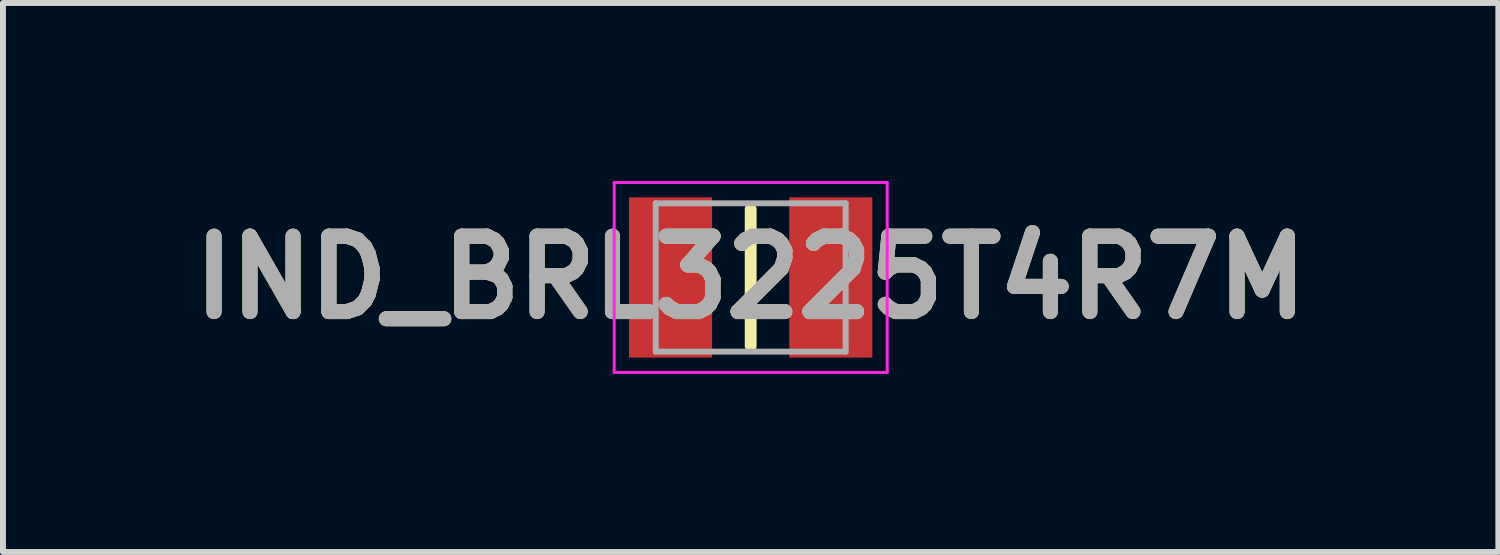
<source format=kicad_pcb>
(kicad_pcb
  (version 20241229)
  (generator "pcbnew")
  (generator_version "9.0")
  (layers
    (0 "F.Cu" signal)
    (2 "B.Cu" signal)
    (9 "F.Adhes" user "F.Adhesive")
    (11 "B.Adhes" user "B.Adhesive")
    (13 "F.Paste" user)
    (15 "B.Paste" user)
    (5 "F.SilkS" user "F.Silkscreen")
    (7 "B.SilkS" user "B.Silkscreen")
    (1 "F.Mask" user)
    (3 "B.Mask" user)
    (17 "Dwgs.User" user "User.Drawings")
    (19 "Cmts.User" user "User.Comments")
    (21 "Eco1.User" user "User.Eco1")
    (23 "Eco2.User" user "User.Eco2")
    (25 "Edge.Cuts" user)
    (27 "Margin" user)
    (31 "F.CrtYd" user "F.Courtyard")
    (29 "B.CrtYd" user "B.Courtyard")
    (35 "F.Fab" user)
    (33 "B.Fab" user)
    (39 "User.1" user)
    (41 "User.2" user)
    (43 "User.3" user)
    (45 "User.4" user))
  (footprint "IND_BRL3225T4R7M"
    (layer "F.Cu")
    (at 9.598 1.625)
    (property "Reference" "IND_BRL3225T4R7M" (at 0 0 0) (layer "F.SilkS") (effects (font (size 1.27 1.27) (thickness 0.254))))
    (attr smd)
    (fp_line (start 0 -1.15) (end 0 1.15) (stroke (width 0.2) (type solid)) (layer "F.SilkS"))
    (fp_line (start -2.3 -1.6) (end 2.3 -1.6) (stroke (width 0.05) (type solid)) (layer "F.CrtYd"))
    (fp_line (start -2.3 1.6) (end -2.3 -1.6) (stroke (width 0.05) (type solid)) (layer "F.CrtYd"))
    (fp_line (start 2.3 -1.6) (end 2.3 1.6) (stroke (width 0.05) (type solid)) (layer "F.CrtYd"))
    (fp_line (start 2.3 1.6) (end -2.3 1.6) (stroke (width 0.05) (type solid)) (layer "F.CrtYd"))
    (fp_line (start -1.6 -1.25) (end 1.6 -1.25) (stroke (width 0.1) (type solid)) (layer "F.Fab"))
    (fp_line (start -1.6 1.25) (end -1.6 -1.25) (stroke (width 0.1) (type solid)) (layer "F.Fab"))
    (fp_line (start 1.6 -1.25) (end 1.6 1.25) (stroke (width 0.1) (type solid)) (layer "F.Fab"))
    (fp_line (start 1.6 1.25) (end -1.6 1.25) (stroke (width 0.1) (type solid)) (layer "F.Fab"))
    (fp_text user "${REFERENCE}" (at 0 0 0) (layer "F.Fab") (effects (font (size 1.27 1.27) (thickness 0.254))))
    (pad "1" smd rect (at -1.35 0) (size 1.4 2.7) (layers "F.Cu" "F.Mask" "F.Paste"))
    (pad "2" smd rect (at 1.35 0) (size 1.4 2.7) (layers "F.Cu" "F.Mask" "F.Paste")))
  (gr_rect
    (start -3 -3)
    (end 22.195 6.25)
    (stroke (width 0.1) (type default))
    (fill no)
    (layer "Edge.Cuts")))
</source>
